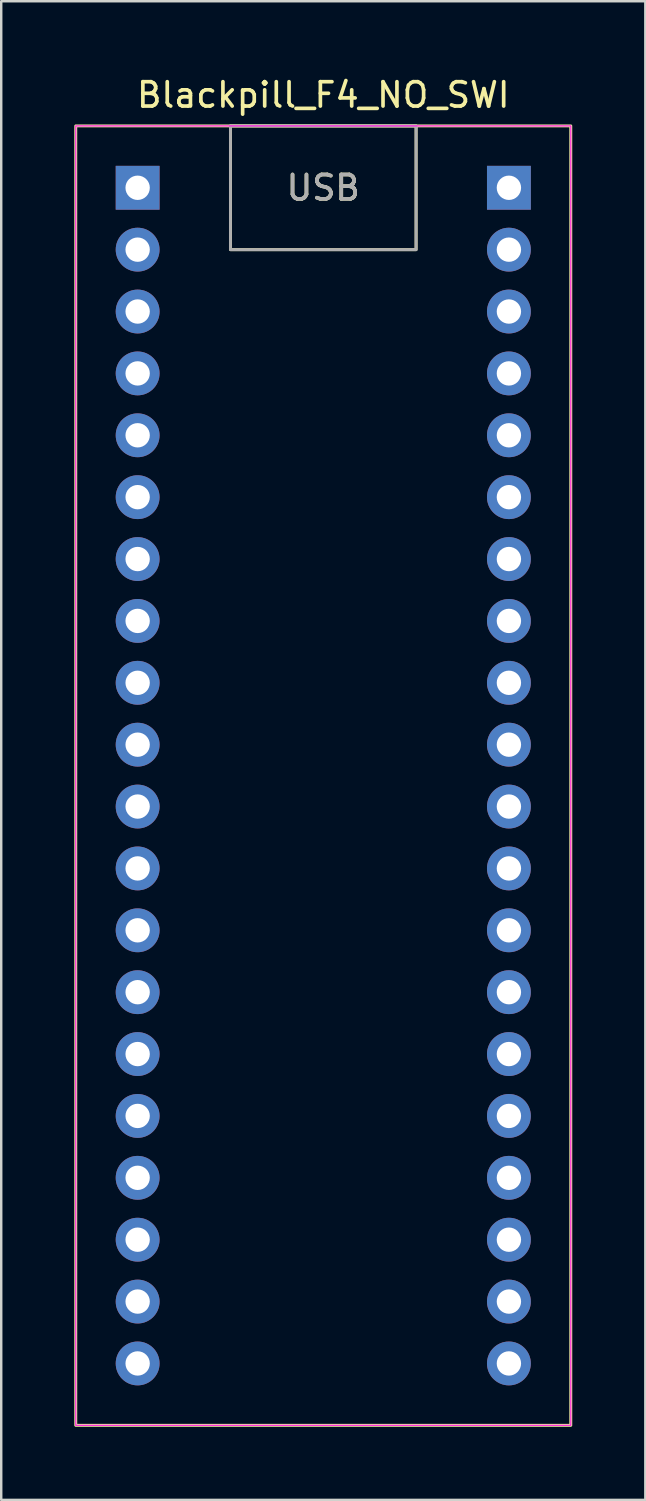
<source format=kicad_pcb>
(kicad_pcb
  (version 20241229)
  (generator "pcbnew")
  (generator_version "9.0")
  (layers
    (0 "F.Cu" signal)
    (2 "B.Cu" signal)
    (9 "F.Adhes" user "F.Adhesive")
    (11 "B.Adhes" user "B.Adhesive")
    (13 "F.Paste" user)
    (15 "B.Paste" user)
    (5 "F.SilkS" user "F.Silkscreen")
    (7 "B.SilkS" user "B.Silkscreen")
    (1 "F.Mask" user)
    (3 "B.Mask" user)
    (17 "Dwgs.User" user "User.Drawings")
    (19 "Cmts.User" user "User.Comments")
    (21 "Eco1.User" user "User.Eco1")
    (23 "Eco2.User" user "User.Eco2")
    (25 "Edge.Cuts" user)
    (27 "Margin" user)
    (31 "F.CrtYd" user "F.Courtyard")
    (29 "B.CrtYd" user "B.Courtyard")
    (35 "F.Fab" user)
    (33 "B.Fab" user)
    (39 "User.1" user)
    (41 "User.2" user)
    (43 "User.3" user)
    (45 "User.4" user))
  (footprint "Blackpill_F4_NO_SWI"
    (layer "F.Cu")
    (at 2.6 4.658)
    (property "Reference" "Blackpill_F4_NO_SWI" (at 7.62 -3.81 0) (layer "F.SilkS") (effects (font (size 1 1) (thickness 0.15))))
    (attr through_hole)
    (fp_rect (start -2.54 -2.54) (end 17.78 50.8) (stroke (width 0.12) (type solid)) (fill no) (layer "F.SilkS"))
    (fp_rect (start 3.81 -2.54) (end 11.43 2.54) (stroke (width 0.12) (type solid)) (fill no) (layer "F.SilkS"))
    (fp_rect (start -2.54 -2.54) (end 17.78 50.8) (stroke (width 0.05) (type solid)) (fill no) (layer "F.CrtYd"))
    (fp_rect (start 3.81 -2.54) (end 11.43 2.54) (stroke (width 0.12) (type solid)) (fill no) (layer "F.Fab"))
    (fp_text user "USB" (at 7.62 0 0) (layer "F.SilkS") (effects (font (size 1 1) (thickness 0.15))))
    (fp_text user "USB" (at 7.62 0 0) (layer "F.Fab") (effects (font (size 1 1) (thickness 0.15))))
    (pad "1" thru_hole rect (at 0 0) (size 1.8 1.8) (drill 1) (layers "*.Cu" "*.Mask"))
    (pad "2" thru_hole circle (at 0 2.54) (size 1.8 1.8) (drill 1) (layers "*.Cu" "*.Mask"))
    (pad "3" thru_hole circle (at 0 5.08) (size 1.8 1.8) (drill 1) (layers "*.Cu" "*.Mask"))
    (pad "4" thru_hole circle (at 0 7.62) (size 1.8 1.8) (drill 1) (layers "*.Cu" "*.Mask"))
    (pad "5" thru_hole circle (at 0 10.16) (size 1.8 1.8) (drill 1) (layers "*.Cu" "*.Mask"))
    (pad "6" thru_hole circle (at 0 12.7) (size 1.8 1.8) (drill 1) (layers "*.Cu" "*.Mask"))
    (pad "7" thru_hole circle (at 0 15.24) (size 1.8 1.8) (drill 1) (layers "*.Cu" "*.Mask"))
    (pad "8" thru_hole circle (at 0 17.78) (size 1.8 1.8) (drill 1) (layers "*.Cu" "*.Mask"))
    (pad "9" thru_hole circle (at 0 20.32) (size 1.8 1.8) (drill 1) (layers "*.Cu" "*.Mask"))
    (pad "10" thru_hole circle (at 0 22.86) (size 1.8 1.8) (drill 1) (layers "*.Cu" "*.Mask"))
    (pad "11" thru_hole circle (at 0 25.4) (size 1.8 1.8) (drill 1) (layers "*.Cu" "*.Mask"))
    (pad "12" thru_hole circle (at 0 27.94) (size 1.8 1.8) (drill 1) (layers "*.Cu" "*.Mask"))
    (pad "13" thru_hole circle (at 0 30.48) (size 1.8 1.8) (drill 1) (layers "*.Cu" "*.Mask"))
    (pad "14" thru_hole circle (at 0 33.02) (size 1.8 1.8) (drill 1) (layers "*.Cu" "*.Mask"))
    (pad "15" thru_hole circle (at 0 35.56) (size 1.8 1.8) (drill 1) (layers "*.Cu" "*.Mask"))
    (pad "16" thru_hole circle (at 0 38.1) (size 1.8 1.8) (drill 1) (layers "*.Cu" "*.Mask"))
    (pad "17" thru_hole circle (at 0 40.64) (size 1.8 1.8) (drill 1) (layers "*.Cu" "*.Mask"))
    (pad "18" thru_hole circle (at 0 43.18) (size 1.8 1.8) (drill 1) (layers "*.Cu" "*.Mask"))
    (pad "19" thru_hole circle (at 0 45.72) (size 1.8 1.8) (drill 1) (layers "*.Cu" "*.Mask"))
    (pad "20" thru_hole circle (at 0 48.26) (size 1.8 1.8) (drill 1) (layers "*.Cu" "*.Mask"))
    (pad "21" thru_hole circle (at 15.24 48.26) (size 1.8 1.8) (drill 1) (layers "*.Cu" "*.Mask"))
    (pad "22" thru_hole circle (at 15.24 45.72) (size 1.8 1.8) (drill 1) (layers "*.Cu" "*.Mask"))
    (pad "23" thru_hole circle (at 15.24 43.18) (size 1.8 1.8) (drill 1) (layers "*.Cu" "*.Mask"))
    (pad "24" thru_hole circle (at 15.24 40.64) (size 1.8 1.8) (drill 1) (layers "*.Cu" "*.Mask"))
    (pad "25" thru_hole circle (at 15.24 38.1) (size 1.8 1.8) (drill 1) (layers "*.Cu" "*.Mask"))
    (pad "26" thru_hole circle (at 15.24 35.56) (size 1.8 1.8) (drill 1) (layers "*.Cu" "*.Mask"))
    (pad "27" thru_hole circle (at 15.24 33.02) (size 1.8 1.8) (drill 1) (layers "*.Cu" "*.Mask"))
    (pad "28" thru_hole circle (at 15.24 30.48) (size 1.8 1.8) (drill 1) (layers "*.Cu" "*.Mask"))
    (pad "29" thru_hole circle (at 15.24 27.94) (size 1.8 1.8) (drill 1) (layers "*.Cu" "*.Mask"))
    (pad "30" thru_hole circle (at 15.24 25.4) (size 1.8 1.8) (drill 1) (layers "*.Cu" "*.Mask"))
    (pad "31" thru_hole circle (at 15.24 22.86) (size 1.8 1.8) (drill 1) (layers "*.Cu" "*.Mask"))
    (pad "32" thru_hole circle (at 15.24 20.32) (size 1.8 1.8) (drill 1) (layers "*.Cu" "*.Mask"))
    (pad "33" thru_hole circle (at 15.24 17.78) (size 1.8 1.8) (drill 1) (layers "*.Cu" "*.Mask"))
    (pad "34" thru_hole circle (at 15.24 15.24) (size 1.8 1.8) (drill 1) (layers "*.Cu" "*.Mask"))
    (pad "35" thru_hole circle (at 15.24 12.7) (size 1.8 1.8) (drill 1) (layers "*.Cu" "*.Mask"))
    (pad "36" thru_hole circle (at 15.24 10.16) (size 1.8 1.8) (drill 1) (layers "*.Cu" "*.Mask"))
    (pad "37" thru_hole circle (at 15.24 7.62) (size 1.8 1.8) (drill 1) (layers "*.Cu" "*.Mask"))
    (pad "38" thru_hole circle (at 15.24 5.08) (size 1.8 1.8) (drill 1) (layers "*.Cu" "*.Mask"))
    (pad "39" thru_hole circle (at 15.24 2.54) (size 1.8 1.8) (drill 1) (layers "*.Cu" "*.Mask"))
    (pad "40" thru_hole rect (at 15.24 0) (size 1.8 1.8) (drill 1) (layers "*.Cu" "*.Mask")))
  (gr_rect
    (start -3 -3)
    (end 23.44 58.518)
    (stroke (width 0.1) (type default))
    (fill no)
    (layer "Edge.Cuts")))
</source>
